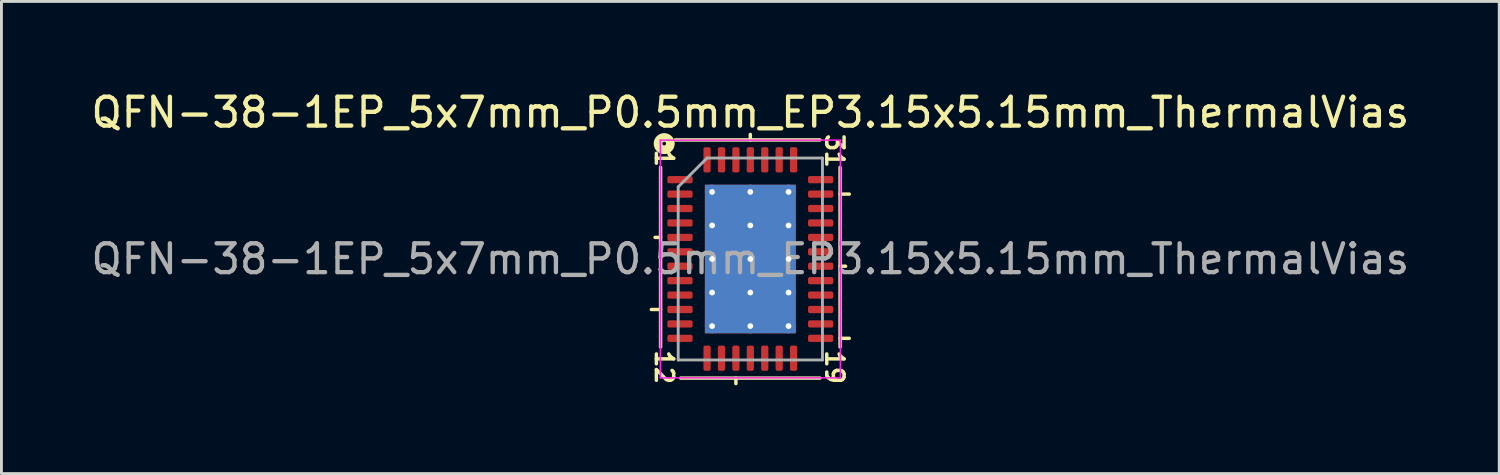
<source format=kicad_pcb>
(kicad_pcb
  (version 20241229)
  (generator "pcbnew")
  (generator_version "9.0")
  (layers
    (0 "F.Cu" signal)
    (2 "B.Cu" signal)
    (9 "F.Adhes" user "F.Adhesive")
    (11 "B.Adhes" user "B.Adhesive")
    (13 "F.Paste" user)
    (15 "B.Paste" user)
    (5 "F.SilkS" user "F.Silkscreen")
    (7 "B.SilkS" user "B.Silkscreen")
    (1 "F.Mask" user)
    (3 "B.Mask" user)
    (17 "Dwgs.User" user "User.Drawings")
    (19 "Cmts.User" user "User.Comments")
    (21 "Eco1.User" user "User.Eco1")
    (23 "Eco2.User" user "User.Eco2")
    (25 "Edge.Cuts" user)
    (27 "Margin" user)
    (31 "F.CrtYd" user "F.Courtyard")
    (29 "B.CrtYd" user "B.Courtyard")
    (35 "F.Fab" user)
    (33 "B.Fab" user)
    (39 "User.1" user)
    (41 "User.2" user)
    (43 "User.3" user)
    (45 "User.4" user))
  (footprint "QFN-38-1EP_5x7mm_P0.5mm_EP3.15x5.15mm_ThermalVias"
    (layer "F.Cu")
    (at 22.958 5.928)
    (property "Reference" "QFN-38-1EP_5x7mm_P0.5mm_EP3.15x5.15mm_ThermalVias" (at 0 -5.08 0) (layer "F.SilkS") (effects (font (size 1 1) (thickness 0.15))))
    (attr smd)
    (fp_line (start -3.111 -3.175) (end -3.111 3.048) (stroke (width 0.12) (type solid)) (layer "F.SilkS"))
    (fp_line (start -3.111 -0.75) (end -3.302 -0.75) (stroke (width 0.12) (type solid)) (layer "F.SilkS"))
    (fp_line (start -3.111 1.75) (end -3.429 1.75) (stroke (width 0.12) (type solid)) (layer "F.SilkS"))
    (fp_line (start -2.413 4.128) (end 2.413 4.128) (stroke (width 0.12) (type solid)) (layer "F.SilkS"))
    (fp_line (start -0.5 4.128) (end -0.5 4.318) (stroke (width 0.12) (type solid)) (layer "F.SilkS"))
    (fp_line (start 0 -4.128) (end 0 -4.318) (stroke (width 0.12) (type solid)) (layer "F.SilkS"))
    (fp_line (start 2.413 -4.128) (end -2.603 -4.128) (stroke (width 0.12) (type solid)) (layer "F.SilkS"))
    (fp_line (start 3.111 -2.25) (end 3.429 -2.25) (stroke (width 0.12) (type solid)) (layer "F.SilkS"))
    (fp_line (start 3.111 0.25) (end 3.302 0.25) (stroke (width 0.12) (type solid)) (layer "F.SilkS"))
    (fp_line (start 3.111 2.75) (end 3.429 2.75) (stroke (width 0.12) (type solid)) (layer "F.SilkS"))
    (fp_line (start 3.111 3.048) (end 3.111 -3.175) (stroke (width 0.12) (type solid)) (layer "F.SilkS"))
    (fp_circle (center -2.985 -4) (end -2.921 -4) (stroke (width 0.3) (type solid)) (fill no) (layer "F.SilkS"))
    (fp_line (start -3.12 -4.12) (end -3.12 4.12) (stroke (width 0.05) (type solid)) (layer "F.CrtYd"))
    (fp_line (start -3.12 4.12) (end 3.12 4.12) (stroke (width 0.05) (type solid)) (layer "F.CrtYd"))
    (fp_line (start 3.12 -4.12) (end -3.12 -4.12) (stroke (width 0.05) (type solid)) (layer "F.CrtYd"))
    (fp_line (start 3.12 4.12) (end 3.12 -4.12) (stroke (width 0.05) (type solid)) (layer "F.CrtYd"))
    (fp_line (start -2.5 -2.5) (end -1.5 -3.5) (stroke (width 0.1) (type solid)) (layer "F.Fab"))
    (fp_line (start -2.5 3.5) (end -2.5 -2.5) (stroke (width 0.1) (type solid)) (layer "F.Fab"))
    (fp_line (start -1.5 -3.5) (end 2.5 -3.5) (stroke (width 0.1) (type solid)) (layer "F.Fab"))
    (fp_line (start 2.5 -3.5) (end 2.5 3.5) (stroke (width 0.1) (type solid)) (layer "F.Fab"))
    (fp_line (start 2.5 3.5) (end -2.5 3.5) (stroke (width 0.1) (type solid)) (layer "F.Fab"))
    (fp_text user "1" (at -2.985 -3.493 270) (unlocked yes) (layer "F.SilkS") (effects (font (size 0.6 0.6) (thickness 0.12))))
    (fp_text user "19" (at 2.921 3.747 270) (unlocked yes) (layer "F.SilkS") (effects (font (size 0.6 0.6) (thickness 0.12))))
    (fp_text user "31" (at 2.921 -3.747 270) (unlocked yes) (layer "F.SilkS") (effects (font (size 0.6 0.6) (thickness 0.12))))
    (fp_text user "12" (at -2.985 3.747 270) (unlocked yes) (layer "F.SilkS") (effects (font (size 0.6 0.6) (thickness 0.12))))
    (fp_text user "${REFERENCE}" (at 0 0 0) (layer "F.Fab") (effects (font (size 1 1) (thickness 0.15))))
    (pad "" smd roundrect (at -0.79 -1.935) (size 1.36 1.12) (layers "F.Paste") (roundrect_rratio 0.223))
    (pad "" smd roundrect (at -0.79 -0.645) (size 1.36 1.12) (layers "F.Paste") (roundrect_rratio 0.223))
    (pad "" smd roundrect (at -0.79 0.645) (size 1.36 1.12) (layers "F.Paste") (roundrect_rratio 0.223))
    (pad "" smd roundrect (at -0.79 1.935) (size 1.36 1.12) (layers "F.Paste") (roundrect_rratio 0.223))
    (pad "" smd roundrect (at 0.79 -1.935) (size 1.36 1.12) (layers "F.Paste") (roundrect_rratio 0.223))
    (pad "" smd roundrect (at 0.79 -0.645) (size 1.36 1.12) (layers "F.Paste") (roundrect_rratio 0.223))
    (pad "" smd roundrect (at 0.79 0.645) (size 1.36 1.12) (layers "F.Paste") (roundrect_rratio 0.223))
    (pad "" smd roundrect (at 0.79 1.935) (size 1.36 1.12) (layers "F.Paste") (roundrect_rratio 0.223))
    (pad "1" smd roundrect (at -2.438 -2.75) (size 0.875 0.25) (layers "F.Cu" "F.Mask" "F.Paste") (roundrect_rratio 0.25))
    (pad "2" smd roundrect (at -2.438 -2.25) (size 0.875 0.25) (layers "F.Cu" "F.Mask" "F.Paste") (roundrect_rratio 0.25))
    (pad "3" smd roundrect (at -2.438 -1.75) (size 0.875 0.25) (layers "F.Cu" "F.Mask" "F.Paste") (roundrect_rratio 0.25))
    (pad "4" smd roundrect (at -2.438 -1.25) (size 0.875 0.25) (layers "F.Cu" "F.Mask" "F.Paste") (roundrect_rratio 0.25))
    (pad "5" smd roundrect (at -2.438 -0.75) (size 0.875 0.25) (layers "F.Cu" "F.Mask" "F.Paste") (roundrect_rratio 0.25))
    (pad "6" smd roundrect (at -2.438 -0.25) (size 0.875 0.25) (layers "F.Cu" "F.Mask" "F.Paste") (roundrect_rratio 0.25))
    (pad "7" smd roundrect (at -2.438 0.25) (size 0.875 0.25) (layers "F.Cu" "F.Mask" "F.Paste") (roundrect_rratio 0.25))
    (pad "8" smd roundrect (at -2.438 0.75) (size 0.875 0.25) (layers "F.Cu" "F.Mask" "F.Paste") (roundrect_rratio 0.25))
    (pad "9" smd roundrect (at -2.438 1.25) (size 0.875 0.25) (layers "F.Cu" "F.Mask" "F.Paste") (roundrect_rratio 0.25))
    (pad "10" smd roundrect (at -2.438 1.75) (size 0.875 0.25) (layers "F.Cu" "F.Mask" "F.Paste") (roundrect_rratio 0.25))
    (pad "11" smd roundrect (at -2.438 2.25) (size 0.875 0.25) (layers "F.Cu" "F.Mask" "F.Paste") (roundrect_rratio 0.25))
    (pad "12" smd roundrect (at -2.438 2.75) (size 0.875 0.25) (layers "F.Cu" "F.Mask" "F.Paste") (roundrect_rratio 0.25))
    (pad "13" smd roundrect (at -1.5 3.438) (size 0.25 0.875) (layers "F.Cu" "F.Mask" "F.Paste") (roundrect_rratio 0.25))
    (pad "14" smd roundrect (at -1 3.438) (size 0.25 0.875) (layers "F.Cu" "F.Mask" "F.Paste") (roundrect_rratio 0.25))
    (pad "15" smd roundrect (at -0.5 3.438) (size 0.25 0.875) (layers "F.Cu" "F.Mask" "F.Paste") (roundrect_rratio 0.25))
    (pad "16" smd roundrect (at 0 3.438) (size 0.25 0.875) (layers "F.Cu" "F.Mask" "F.Paste") (roundrect_rratio 0.25))
    (pad "17" smd roundrect (at 0.5 3.438) (size 0.25 0.875) (layers "F.Cu" "F.Mask" "F.Paste") (roundrect_rratio 0.25))
    (pad "18" smd roundrect (at 1 3.438) (size 0.25 0.875) (layers "F.Cu" "F.Mask" "F.Paste") (roundrect_rratio 0.25))
    (pad "19" smd roundrect (at 1.5 3.438) (size 0.25 0.875) (layers "F.Cu" "F.Mask" "F.Paste") (roundrect_rratio 0.25))
    (pad "20" smd roundrect (at 2.438 2.75) (size 0.875 0.25) (layers "F.Cu" "F.Mask" "F.Paste") (roundrect_rratio 0.25))
    (pad "21" smd roundrect (at 2.438 2.25) (size 0.875 0.25) (layers "F.Cu" "F.Mask" "F.Paste") (roundrect_rratio 0.25))
    (pad "22" smd roundrect (at 2.438 1.75) (size 0.875 0.25) (layers "F.Cu" "F.Mask" "F.Paste") (roundrect_rratio 0.25))
    (pad "23" smd roundrect (at 2.438 1.25) (size 0.875 0.25) (layers "F.Cu" "F.Mask" "F.Paste") (roundrect_rratio 0.25))
    (pad "24" smd roundrect (at 2.438 0.75) (size 0.875 0.25) (layers "F.Cu" "F.Mask" "F.Paste") (roundrect_rratio 0.25))
    (pad "25" smd roundrect (at 2.438 0.25) (size 0.875 0.25) (layers "F.Cu" "F.Mask" "F.Paste") (roundrect_rratio 0.25))
    (pad "26" smd roundrect (at 2.438 -0.25) (size 0.875 0.25) (layers "F.Cu" "F.Mask" "F.Paste") (roundrect_rratio 0.25))
    (pad "27" smd roundrect (at 2.438 -0.75) (size 0.875 0.25) (layers "F.Cu" "F.Mask" "F.Paste") (roundrect_rratio 0.25))
    (pad "28" smd roundrect (at 2.438 -1.25) (size 0.875 0.25) (layers "F.Cu" "F.Mask" "F.Paste") (roundrect_rratio 0.25))
    (pad "29" smd roundrect (at 2.438 -1.75) (size 0.875 0.25) (layers "F.Cu" "F.Mask" "F.Paste") (roundrect_rratio 0.25))
    (pad "30" smd roundrect (at 2.438 -2.25) (size 0.875 0.25) (layers "F.Cu" "F.Mask" "F.Paste") (roundrect_rratio 0.25))
    (pad "31" smd roundrect (at 2.438 -2.75) (size 0.875 0.25) (layers "F.Cu" "F.Mask" "F.Paste") (roundrect_rratio 0.25))
    (pad "32" smd roundrect (at 1.5 -3.438) (size 0.25 0.875) (layers "F.Cu" "F.Mask" "F.Paste") (roundrect_rratio 0.25))
    (pad "33" smd roundrect (at 1 -3.438) (size 0.25 0.875) (layers "F.Cu" "F.Mask" "F.Paste") (roundrect_rratio 0.25))
    (pad "34" smd roundrect (at 0.5 -3.438) (size 0.25 0.875) (layers "F.Cu" "F.Mask" "F.Paste") (roundrect_rratio 0.25))
    (pad "35" smd roundrect (at 0 -3.438) (size 0.25 0.875) (layers "F.Cu" "F.Mask" "F.Paste") (roundrect_rratio 0.25))
    (pad "36" smd roundrect (at -0.5 -3.438) (size 0.25 0.875) (layers "F.Cu" "F.Mask" "F.Paste") (roundrect_rratio 0.25))
    (pad "37" smd roundrect (at -1 -3.438) (size 0.25 0.875) (layers "F.Cu" "F.Mask" "F.Paste") (roundrect_rratio 0.25))
    (pad "38" smd roundrect (at -1.5 -3.438) (size 0.25 0.875) (layers "F.Cu" "F.Mask" "F.Paste") (roundrect_rratio 0.25))
    (pad "39" thru_hole circle (at -1.325 -2.325) (size 0.5 0.5) (drill 0.2) (layers "*.Cu"))
    (pad "39" thru_hole circle (at -1.325 -1.163) (size 0.5 0.5) (drill 0.2) (layers "*.Cu"))
    (pad "39" thru_hole circle (at -1.325 0) (size 0.5 0.5) (drill 0.2) (layers "*.Cu"))
    (pad "39" thru_hole circle (at -1.325 1.163) (size 0.5 0.5) (drill 0.2) (layers "*.Cu"))
    (pad "39" thru_hole circle (at -1.325 2.325) (size 0.5 0.5) (drill 0.2) (layers "*.Cu"))
    (pad "39" thru_hole circle (at 0 -2.325) (size 0.5 0.5) (drill 0.2) (layers "*.Cu"))
    (pad "39" thru_hole circle (at 0 -1.163) (size 0.5 0.5) (drill 0.2) (layers "*.Cu"))
    (pad "39" thru_hole circle (at 0 0) (size 0.5 0.5) (drill 0.2) (layers "*.Cu"))
    (pad "39" smd rect (at 0 0) (size 3.15 5.15) (layers "F.Cu" "F.Mask"))
    (pad "39" smd rect (at 0 0) (size 3.15 5.15) (layers "B.Cu" "B.Mask"))
    (pad "39" thru_hole circle (at 0 1.163) (size 0.5 0.5) (drill 0.2) (layers "*.Cu"))
    (pad "39" thru_hole circle (at 0 2.325) (size 0.5 0.5) (drill 0.2) (layers "*.Cu"))
    (pad "39" thru_hole circle (at 1.325 -2.325) (size 0.5 0.5) (drill 0.2) (layers "*.Cu"))
    (pad "39" thru_hole circle (at 1.325 -1.163) (size 0.5 0.5) (drill 0.2) (layers "*.Cu"))
    (pad "39" thru_hole circle (at 1.325 0) (size 0.5 0.5) (drill 0.2) (layers "*.Cu"))
    (pad "39" thru_hole circle (at 1.325 1.163) (size 0.5 0.5) (drill 0.2) (layers "*.Cu"))
    (pad "39" thru_hole circle (at 1.325 2.325) (size 0.5 0.5) (drill 0.2) (layers "*.Cu")))
  (gr_rect
    (start -3 -3)
    (end 48.917 13.366)
    (stroke (width 0.1) (type default))
    (fill no)
    (layer "Edge.Cuts")))
</source>
